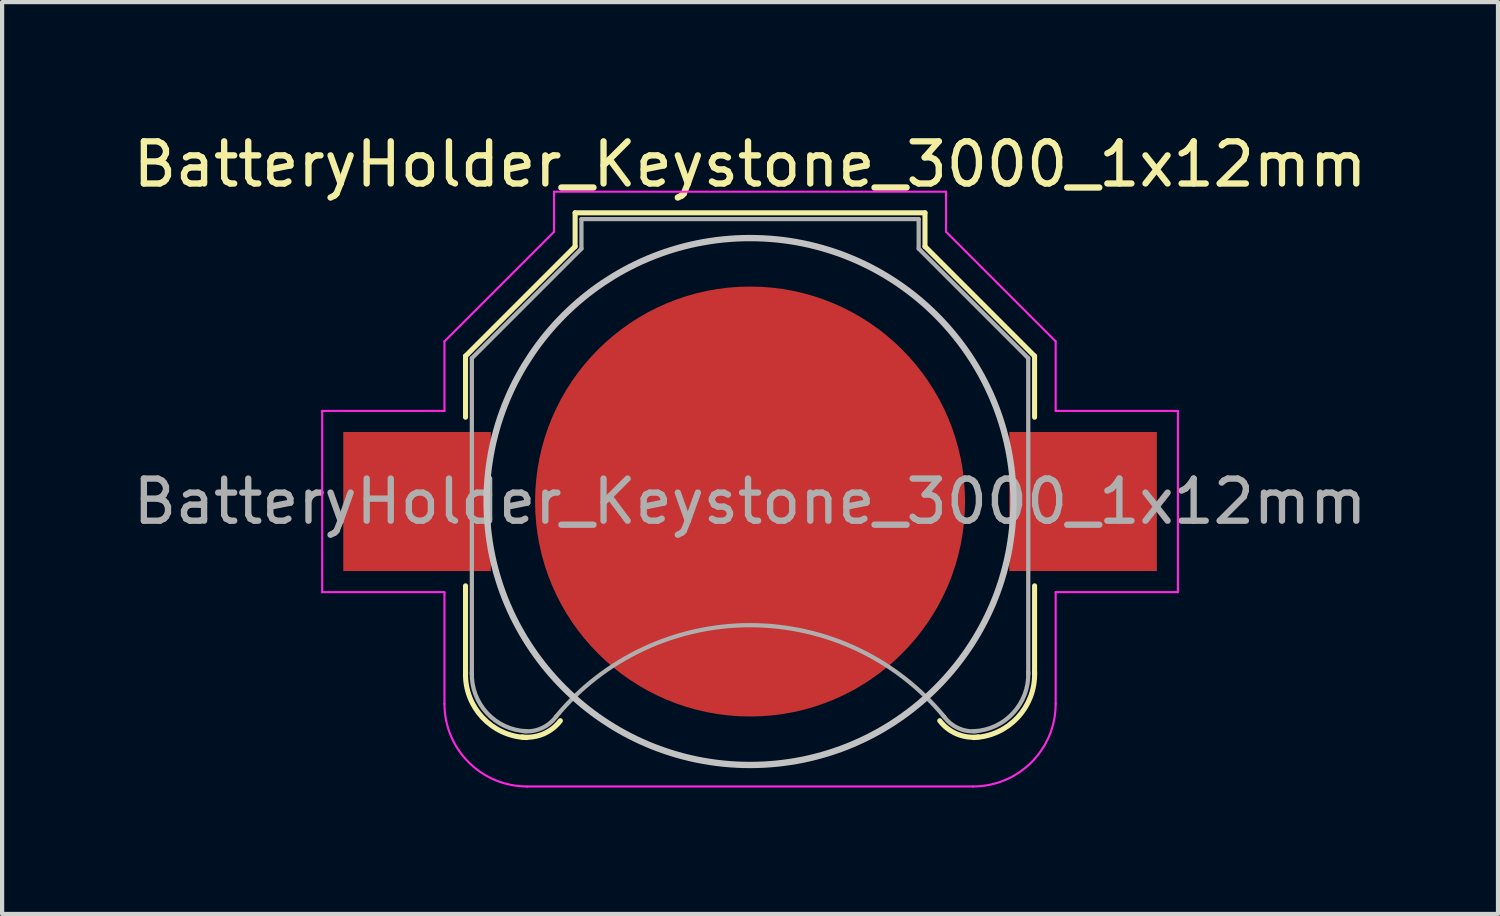
<source format=kicad_pcb>
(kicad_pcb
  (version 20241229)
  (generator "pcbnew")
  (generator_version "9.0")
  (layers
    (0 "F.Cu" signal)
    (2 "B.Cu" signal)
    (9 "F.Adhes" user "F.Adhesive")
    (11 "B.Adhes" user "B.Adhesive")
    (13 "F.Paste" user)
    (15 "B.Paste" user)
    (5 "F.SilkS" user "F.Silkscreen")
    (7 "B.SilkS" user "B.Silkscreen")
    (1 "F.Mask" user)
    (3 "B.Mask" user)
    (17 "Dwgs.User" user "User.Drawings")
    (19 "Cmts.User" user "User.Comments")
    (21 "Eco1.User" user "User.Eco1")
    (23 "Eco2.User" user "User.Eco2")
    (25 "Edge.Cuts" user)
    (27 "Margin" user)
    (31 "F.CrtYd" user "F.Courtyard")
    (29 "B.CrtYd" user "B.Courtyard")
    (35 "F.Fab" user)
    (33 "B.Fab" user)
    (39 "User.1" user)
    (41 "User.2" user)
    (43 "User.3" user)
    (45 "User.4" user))
  (footprint "BatteryHolder_Keystone_3000_1x12mm"
    (layer "F.Cu")
    (at 14.744 8.848)
    (property "Reference" "BatteryHolder_Keystone_3000_1x12mm" (at 0 -8 0) (layer "F.SilkS") (effects (font (size 1 1) (thickness 0.15))))
    (attr smd)
    (fp_line (start -6.75 -3.45) (end -4.15 -6.05) (stroke (width 0.12) (type solid)) (layer "F.SilkS"))
    (fp_line (start -6.75 -2) (end -6.75 -3.45) (stroke (width 0.12) (type solid)) (layer "F.SilkS"))
    (fp_line (start -6.75 2) (end -6.75 4.1) (stroke (width 0.12) (type solid)) (layer "F.SilkS"))
    (fp_line (start -4.15 -6.85) (end 4.15 -6.85) (stroke (width 0.12) (type solid)) (layer "F.SilkS"))
    (fp_line (start -4.15 -6.05) (end -4.15 -6.85) (stroke (width 0.12) (type solid)) (layer "F.SilkS"))
    (fp_line (start 4.15 -6.85) (end 4.15 -6.05) (stroke (width 0.12) (type solid)) (layer "F.SilkS"))
    (fp_line (start 4.15 -6.05) (end 6.75 -3.45) (stroke (width 0.12) (type solid)) (layer "F.SilkS"))
    (fp_line (start 6.75 -3.45) (end 6.75 -2) (stroke (width 0.12) (type solid)) (layer "F.SilkS"))
    (fp_line (start 6.75 2) (end 6.75 4.1) (stroke (width 0.12) (type solid)) (layer "F.SilkS"))
    (fp_arc (start -5.3 5.6) (mid -6.346016 5.125305) (end -6.75 4.05) (stroke (width 0.12) (type solid)) (layer "F.SilkS"))
    (fp_arc (start -4.5 5.2) (mid -4.90584 5.514615) (end -5.414615 5.58416) (stroke (width 0.12) (type solid)) (layer "F.SilkS"))
    (fp_arc (start 5.414615 5.58416) (mid 4.90584 5.514615) (end 4.5 5.2) (stroke (width 0.12) (type solid)) (layer "F.SilkS"))
    (fp_arc (start 6.75 4.05) (mid 6.346016 5.125305) (end 5.3 5.6) (stroke (width 0.12) (type solid)) (layer "F.SilkS"))
    (fp_circle (center 0 0) (end 0 6.25) (stroke (width 0.15) (type solid)) (fill no) (layer "Dwgs.User"))
    (fp_line (start -10.15 -2.15) (end -10.15 2.15) (stroke (width 0.05) (type solid)) (layer "F.CrtYd"))
    (fp_line (start -10.15 2.15) (end -7.25 2.15) (stroke (width 0.05) (type solid)) (layer "F.CrtYd"))
    (fp_line (start -7.25 -3.8) (end -4.65 -6.4) (stroke (width 0.05) (type solid)) (layer "F.CrtYd"))
    (fp_line (start -7.25 -2.15) (end -10.15 -2.15) (stroke (width 0.05) (type solid)) (layer "F.CrtYd"))
    (fp_line (start -7.25 -2.15) (end -7.25 -3.8) (stroke (width 0.05) (type solid)) (layer "F.CrtYd"))
    (fp_line (start -7.25 2.15) (end -7.25 4.8) (stroke (width 0.05) (type solid)) (layer "F.CrtYd"))
    (fp_line (start -5.29 6.76) (end 5.29 6.76) (stroke (width 0.05) (type solid)) (layer "F.CrtYd"))
    (fp_line (start -4.65 -7.35) (end 4.65 -7.35) (stroke (width 0.05) (type solid)) (layer "F.CrtYd"))
    (fp_line (start -4.65 -6.4) (end -4.65 -7.35) (stroke (width 0.05) (type solid)) (layer "F.CrtYd"))
    (fp_line (start 4.65 -6.4) (end 4.65 -7.35) (stroke (width 0.05) (type solid)) (layer "F.CrtYd"))
    (fp_line (start 7.25 -3.8) (end 4.65 -6.4) (stroke (width 0.05) (type solid)) (layer "F.CrtYd"))
    (fp_line (start 7.25 -2.15) (end 7.25 -3.8) (stroke (width 0.05) (type solid)) (layer "F.CrtYd"))
    (fp_line (start 7.25 -2.15) (end 10.15 -2.15) (stroke (width 0.05) (type solid)) (layer "F.CrtYd"))
    (fp_line (start 7.25 2.15) (end 7.25 4.8) (stroke (width 0.05) (type solid)) (layer "F.CrtYd"))
    (fp_line (start 10.15 -2.15) (end 10.15 2.15) (stroke (width 0.05) (type solid)) (layer "F.CrtYd"))
    (fp_line (start 10.15 2.15) (end 7.25 2.15) (stroke (width 0.05) (type solid)) (layer "F.CrtYd"))
    (fp_arc (start -5.29 6.76) (mid -6.675929 6.185929) (end -7.25 4.8) (stroke (width 0.05) (type solid)) (layer "F.CrtYd"))
    (fp_arc (start 7.25 4.8) (mid 6.675929 6.185929) (end 5.29 6.76) (stroke (width 0.05) (type solid)) (layer "F.CrtYd"))
    (fp_line (start -6.6 -3.4) (end -6.6 4.1) (stroke (width 0.1) (type solid)) (layer "F.Fab"))
    (fp_line (start -4 -6.7) (end -4 -6) (stroke (width 0.1) (type solid)) (layer "F.Fab"))
    (fp_line (start -4 -6.7) (end 4 -6.7) (stroke (width 0.1) (type solid)) (layer "F.Fab"))
    (fp_line (start -4 -6) (end -6.6 -3.4) (stroke (width 0.1) (type solid)) (layer "F.Fab"))
    (fp_line (start 4 -6.7) (end 4 -6) (stroke (width 0.1) (type solid)) (layer "F.Fab"))
    (fp_line (start 4 -6) (end 6.6 -3.4) (stroke (width 0.1) (type solid)) (layer "F.Fab"))
    (fp_line (start 6.6 -3.4) (end 6.6 4.1) (stroke (width 0.1) (type solid)) (layer "F.Fab"))
    (fp_arc (start -5.3 5.45) (mid -6.239949 5.019239) (end -6.6 4.05) (stroke (width 0.1) (type solid)) (layer "F.Fab"))
    (fp_arc (start -4.6 5.1) (mid -4.942443 5.378013) (end -5.378013 5.447558) (stroke (width 0.1) (type solid)) (layer "F.Fab"))
    (fp_arc (start -4.6 5.1) (mid 0.006214 2.93343) (end 4.607905 5.109589) (stroke (width 0.1) (type solid)) (layer "F.Fab"))
    (fp_arc (start 5.378013 5.447558) (mid 4.942443 5.378013) (end 4.6 5.1) (stroke (width 0.1) (type solid)) (layer "F.Fab"))
    (fp_arc (start 6.6 4.05) (mid 6.239949 5.019238) (end 5.3 5.45) (stroke (width 0.1) (type solid)) (layer "F.Fab"))
    (fp_text user "${REFERENCE}" (at 0 0 0) (layer "F.Fab") (effects (font (size 1 1) (thickness 0.15))))
    (pad "1" smd rect (at -7.9 0) (size 3.5 3.3) (layers "F.Cu" "F.Mask" "F.Paste"))
    (pad "1" smd rect (at 7.9 0) (size 3.5 3.3) (layers "F.Cu" "F.Mask" "F.Paste"))
    (pad "2" smd circle (at 0 0) (size 10.2 10.2) (layers "F.Cu" "F.Mask")))
  (gr_rect
    (start -3 -3)
    (end 32.488 18.633)
    (stroke (width 0.1) (type default))
    (fill no)
    (layer "Edge.Cuts")))
</source>
